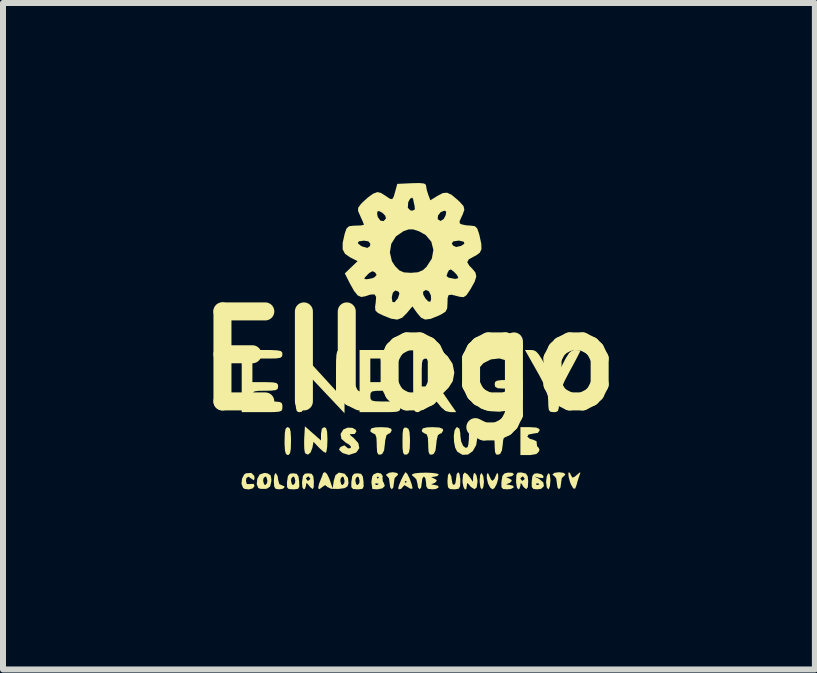
<source format=kicad_pcb>
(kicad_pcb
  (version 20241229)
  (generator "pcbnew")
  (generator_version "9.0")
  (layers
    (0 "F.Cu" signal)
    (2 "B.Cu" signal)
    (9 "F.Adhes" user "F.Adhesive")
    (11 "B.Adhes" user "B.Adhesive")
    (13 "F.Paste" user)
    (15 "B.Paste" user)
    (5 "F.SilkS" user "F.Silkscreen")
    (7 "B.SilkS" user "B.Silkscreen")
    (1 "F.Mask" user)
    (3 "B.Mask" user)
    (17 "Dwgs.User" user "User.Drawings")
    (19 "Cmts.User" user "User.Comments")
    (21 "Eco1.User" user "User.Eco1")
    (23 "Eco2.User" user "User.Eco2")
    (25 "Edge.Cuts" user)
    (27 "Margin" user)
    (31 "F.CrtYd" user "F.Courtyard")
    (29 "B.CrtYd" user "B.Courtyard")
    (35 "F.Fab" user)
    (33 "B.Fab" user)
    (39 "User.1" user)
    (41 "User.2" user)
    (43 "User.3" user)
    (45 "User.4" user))
  (footprint "EIlogo"
    (layer "F.Cu")
    (at 3.764 2.961)
    (property "Reference" "EIlogo" (at 0 0 0) (layer "F.SilkS") (effects (font (size 1.5 1.5) (thickness 0.3))))
    (attr board_only exclude_from_pos_files exclude_from_bom)
    (fp_poly (pts (xy 1.215 1.876) (xy 1.239 1.923) (xy 1.25 2.01) (xy 1.25 2.021) (xy 1.241 2.102) (xy 1.219 2.143) (xy 1.215 2.143) (xy 1.192 2.112) (xy 1.18 2.032) (xy 1.179 1.998) (xy 1.186 1.908) (xy 1.207 1.873)) (stroke (width 0) (type solid)) (fill yes) (layer "F.SilkS"))
    (fp_poly (pts (xy 2.346 1.892) (xy 2.357 1.967) (xy 2.358 1.998) (xy 2.35 2.089) (xy 2.33 2.139) (xy 2.322 2.143) (xy 2.298 2.112) (xy 2.287 2.035) (xy 2.286 2.021) (xy 2.296 1.932) (xy 2.319 1.878) (xy 2.322 1.876)) (stroke (width 0) (type solid)) (fill yes) (layer "F.SilkS"))
    (fp_poly (pts (xy -2.215 1.876) (xy -2.187 1.925) (xy -2.179 1.985) (xy -2.16 2.055) (xy -2.126 2.072) (xy -2.078 2.091) (xy -2.072 2.108) (xy -2.103 2.135) (xy -2.161 2.143) (xy -2.219 2.136) (xy -2.244 2.1) (xy -2.251 2.015) (xy -2.251 1.998) (xy -2.243 1.908) (xy -2.223 1.873)) (stroke (width 0) (type solid)) (fill yes) (layer "F.SilkS"))
    (fp_poly (pts (xy -1.988 1.123) (xy -1.972 1.178) (xy -1.965 1.287) (xy -1.965 1.34) (xy -1.968 1.47) (xy -1.981 1.542) (xy -2.006 1.57) (xy -2.018 1.572) (xy -2.048 1.556) (xy -2.065 1.501) (xy -2.072 1.392) (xy -2.072 1.34) (xy -2.068 1.209) (xy -2.056 1.137) (xy -2.031 1.109) (xy -2.018 1.107)) (stroke (width 0) (type solid)) (fill yes) (layer "F.SilkS"))
    (fp_poly (pts (xy -0.009 1.134) (xy 0.01 1.186) (xy 0.017 1.288) (xy 0.018 1.34) (xy 0.014 1.463) (xy -0.000168 1.531) (xy -0.029 1.561) (xy -0.045 1.565) (xy -0.078 1.563) (xy -0.097 1.531) (xy -0.106 1.454) (xy -0.107 1.34) (xy -0.105 1.212) (xy -0.095 1.142) (xy -0.075 1.115) (xy -0.045 1.114)) (stroke (width 0) (type solid)) (fill yes) (layer "F.SilkS"))
    (fp_poly (pts (xy 2.69 1.884) (xy 2.701 1.908) (xy 2.723 1.947) (xy 2.756 1.938) (xy 2.797 1.904) (xy 2.848 1.861) (xy 2.857 1.869) (xy 2.842 1.911) (xy 2.81 2.008) (xy 2.796 2.063) (xy 2.771 2.131) (xy 2.739 2.129) (xy 2.699 2.058) (xy 2.683 2.016) (xy 2.662 1.936) (xy 2.657 1.877) (xy 2.668 1.855)) (stroke (width 0) (type solid)) (fill yes) (layer "F.SilkS"))
    (fp_poly (pts (xy 1.336 1.907) (xy 1.34 1.92) (xy 1.37 1.982) (xy 1.393 2.001) (xy 1.424 1.971) (xy 1.446 1.92) (xy 1.469 1.87) (xy 1.485 1.887) (xy 1.488 1.896) (xy 1.488 1.969) (xy 1.463 2.054) (xy 1.426 2.122) (xy 1.393 2.143) (xy 1.355 2.114) (xy 1.319 2.048) (xy 1.298 1.958) (xy 1.299 1.896) (xy 1.315 1.869)) (stroke (width 0) (type solid)) (fill yes) (layer "F.SilkS"))
    (fp_poly (pts (xy -0.2 1.87) (xy -0.179 1.893) (xy -0.206 1.928) (xy -0.214 1.929) (xy -0.239 1.96) (xy -0.25 2.035) (xy -0.25 2.036) (xy -0.26 2.112) (xy -0.285 2.143) (xy -0.286 2.143) (xy -0.311 2.112) (xy -0.322 2.038) (xy -0.322 2.036) (xy -0.332 1.961) (xy -0.359 1.929) (xy -0.359 1.929) (xy -0.381 1.907) (xy -0.375 1.893) (xy -0.326 1.866) (xy -0.266 1.858)) (stroke (width 0) (type solid)) (fill yes) (layer "F.SilkS"))
    (fp_poly (pts (xy -2.578 1.918) (xy -2.572 1.956) (xy -2.582 1.994) (xy -2.615 1.972) (xy -2.676 1.932) (xy -2.709 1.957) (xy -2.715 2.003) (xy -2.701 2.056) (xy -2.647 2.055) (xy -2.644 2.054) (xy -2.586 2.052) (xy -2.572 2.087) (xy -2.601 2.127) (xy -2.667 2.145) (xy -2.737 2.136) (xy -2.763 2.12) (xy -2.79 2.052) (xy -2.781 1.966) (xy -2.745 1.895) (xy -2.715 1.876) (xy -2.626 1.87)) (stroke (width 0) (type solid)) (fill yes) (layer "F.SilkS"))
    (fp_poly (pts (xy 2.124 1.114) (xy 2.173 1.138) (xy 2.179 1.161) (xy 2.148 1.203) (xy 2.069 1.215) (xy 1.992 1.231) (xy 1.974 1.266) (xy 2.017 1.302) (xy 2.069 1.316) (xy 2.127 1.342) (xy 2.13 1.376) (xy 2.136 1.426) (xy 2.152 1.438) (xy 2.175 1.476) (xy 2.169 1.511) (xy 2.124 1.555) (xy 2.026 1.572) (xy 2.002 1.572) (xy 1.858 1.572) (xy 1.858 1.34) (xy 1.858 1.107) (xy 2.018 1.107)) (stroke (width 0) (type solid)) (fill yes) (layer "F.SilkS"))
    (fp_poly (pts (xy 2.576 1.868) (xy 2.608 1.893) (xy 2.608 1.893) (xy 2.581 1.928) (xy 2.572 1.929) (xy 2.547 1.96) (xy 2.536 2.035) (xy 2.536 2.036) (xy 2.526 2.112) (xy 2.501 2.143) (xy 2.501 2.143) (xy 2.476 2.112) (xy 2.465 2.038) (xy 2.465 2.036) (xy 2.455 1.961) (xy 2.43 1.929) (xy 2.429 1.929) (xy 2.395 1.902) (xy 2.394 1.893) (xy 2.425 1.868) (xy 2.499 1.858) (xy 2.501 1.858)) (stroke (width 0) (type solid)) (fill yes) (layer "F.SilkS"))
    (fp_poly (pts (xy -0.352 1.113) (xy -0.297 1.133) (xy -0.286 1.161) (xy -0.313 1.208) (xy -0.337 1.215) (xy -0.374 1.242) (xy -0.395 1.329) (xy -0.4 1.384) (xy -0.414 1.496) (xy -0.444 1.552) (xy -0.473 1.565) (xy -0.511 1.562) (xy -0.53 1.522) (xy -0.536 1.432) (xy -0.536 1.396) (xy -0.541 1.283) (xy -0.561 1.227) (xy -0.589 1.215) (xy -0.637 1.186) (xy -0.643 1.161) (xy -0.624 1.127) (xy -0.558 1.111) (xy -0.464 1.107)) (stroke (width 0) (type solid)) (fill yes) (layer "F.SilkS"))
    (fp_poly (pts (xy 0.505 1.113) (xy 0.56 1.133) (xy 0.572 1.161) (xy 0.544 1.208) (xy 0.52 1.215) (xy 0.483 1.242) (xy 0.462 1.329) (xy 0.457 1.384) (xy 0.443 1.496) (xy 0.414 1.552) (xy 0.384 1.565) (xy 0.347 1.562) (xy 0.328 1.522) (xy 0.322 1.432) (xy 0.322 1.396) (xy 0.316 1.283) (xy 0.297 1.227) (xy 0.268 1.215) (xy 0.221 1.186) (xy 0.214 1.161) (xy 0.233 1.127) (xy 0.3 1.111) (xy 0.393 1.107)) (stroke (width 0) (type solid)) (fill yes) (layer "F.SilkS"))
    (fp_poly (pts (xy 0.979 1.895) (xy 1.012 1.938) (xy 1.068 2.018) (xy 1.07 1.936) (xy 1.081 1.877) (xy 1.103 1.874) (xy 1.127 1.915) (xy 1.142 1.99) (xy 1.143 2.021) (xy 1.129 2.113) (xy 1.09 2.141) (xy 1.031 2.102) (xy 1.014 2.081) (xy 0.978 2.038) (xy 0.967 2.053) (xy 0.966 2.081) (xy 0.955 2.141) (xy 0.932 2.145) (xy 0.909 2.103) (xy 0.894 2.029) (xy 0.893 2.001) (xy 0.902 1.897) (xy 0.93 1.862)) (stroke (width 0) (type solid)) (fill yes) (layer "F.SilkS"))
    (fp_poly (pts (xy 1.613 1.113) (xy 1.668 1.133) (xy 1.679 1.161) (xy 1.651 1.208) (xy 1.627 1.215) (xy 1.591 1.242) (xy 1.57 1.329) (xy 1.565 1.384) (xy 1.55 1.496) (xy 1.521 1.552) (xy 1.491 1.565) (xy 1.454 1.562) (xy 1.435 1.522) (xy 1.429 1.432) (xy 1.429 1.396) (xy 1.423 1.283) (xy 1.404 1.227) (xy 1.375 1.215) (xy 1.328 1.186) (xy 1.322 1.161) (xy 1.341 1.127) (xy 1.407 1.111) (xy 1.5 1.107)) (stroke (width 0) (type solid)) (fill yes) (layer "F.SilkS"))
    (fp_poly (pts (xy 0.844 1.889) (xy 0.856 1.969) (xy 0.857 2.001) (xy 0.853 2.092) (xy 0.83 2.133) (xy 0.773 2.143) (xy 0.75 2.143) (xy 0.682 2.138) (xy 0.651 2.108) (xy 0.643 2.033) (xy 0.643 1.998) (xy 0.651 1.908) (xy 0.671 1.873) (xy 0.679 1.876) (xy 0.706 1.925) (xy 0.714 1.985) (xy 0.727 2.051) (xy 0.75 2.072) (xy 0.775 2.041) (xy 0.786 1.966) (xy 0.786 1.965) (xy 0.796 1.89) (xy 0.821 1.858) (xy 0.822 1.858)) (stroke (width 0) (type solid)) (fill yes) (layer "F.SilkS"))
    (fp_poly (pts (xy -2.357 1.876) (xy -2.304 1.91) (xy -2.291 1.98) (xy -2.293 2.013) (xy -2.313 2.096) (xy -2.364 2.131) (xy -2.395 2.136) (xy -2.473 2.135) (xy -2.511 2.121) (xy -2.536 2.055) (xy -2.53 2.001) (xy -2.429 2.001) (xy -2.414 2.059) (xy -2.394 2.072) (xy -2.365 2.042) (xy -2.358 2.001) (xy -2.373 1.943) (xy -2.394 1.929) (xy -2.423 1.959) (xy -2.429 2.001) (xy -2.53 2.001) (xy -2.526 1.967) (xy -2.488 1.897) (xy -2.485 1.895) (xy -2.41 1.87)) (stroke (width 0) (type solid)) (fill yes) (layer "F.SilkS"))
    (fp_poly (pts (xy -1.869 1.885) (xy -1.84 1.929) (xy -1.829 2.009) (xy -1.826 2.097) (xy -1.847 2.135) (xy -1.908 2.143) (xy -1.929 2.143) (xy -2.002 2.138) (xy -2.03 2.109) (xy -2.032 2.035) (xy -2.03 2.009) (xy -2.028 2.001) (xy -1.965 2.001) (xy -1.95 2.059) (xy -1.929 2.072) (xy -1.9 2.042) (xy -1.893 2.001) (xy -1.908 1.943) (xy -1.929 1.929) (xy -1.958 1.959) (xy -1.965 2.001) (xy -2.028 2.001) (xy -2.016 1.921) (xy -1.984 1.883) (xy -1.929 1.876)) (stroke (width 0) (type solid)) (fill yes) (layer "F.SilkS"))
    (fp_poly (pts (xy -1.599 1.211) (xy -1.465 1.329) (xy -1.465 1.218) (xy -1.45 1.132) (xy -1.411 1.107) (xy -1.38 1.124) (xy -1.363 1.182) (xy -1.358 1.296) (xy -1.358 1.322) (xy -1.362 1.435) (xy -1.374 1.513) (xy -1.387 1.536) (xy -1.429 1.512) (xy -1.493 1.454) (xy -1.503 1.444) (xy -1.59 1.351) (xy -1.608 1.45) (xy -1.638 1.529) (xy -1.682 1.565) (xy -1.724 1.547) (xy -1.735 1.526) (xy -1.744 1.462) (xy -1.746 1.356) (xy -1.744 1.284) (xy -1.733 1.093)) (stroke (width 0) (type solid)) (fill yes) (layer "F.SilkS"))
    (fp_poly (pts (xy -0.797 1.885) (xy -0.768 1.929) (xy -0.757 2.009) (xy -0.754 2.097) (xy -0.775 2.135) (xy -0.836 2.143) (xy -0.857 2.143) (xy -0.93 2.138) (xy -0.959 2.109) (xy -0.96 2.035) (xy -0.958 2.009) (xy -0.956 2.001) (xy -0.893 2.001) (xy -0.878 2.059) (xy -0.857 2.072) (xy -0.828 2.042) (xy -0.822 2.001) (xy -0.837 1.943) (xy -0.857 1.929) (xy -0.886 1.959) (xy -0.893 2.001) (xy -0.956 2.001) (xy -0.944 1.921) (xy -0.912 1.883) (xy -0.857 1.876)) (stroke (width 0) (type solid)) (fill yes) (layer "F.SilkS"))
    (fp_poly (pts (xy -0.026 1.887) (xy 0.009 1.958) (xy 0.041 2.042) (xy 0.059 2.11) (xy 0.057 2.135) (xy 0.018 2.13) (xy -0.023 2.104) (xy -0.073 2.074) (xy -0.098 2.098) (xy -0.098 2.099) (xy -0.129 2.135) (xy -0.167 2.143) (xy -0.179 2.124) (xy -0.165 2.073) (xy -0.142 2.018) (xy -0.071 2.018) (xy -0.054 2.036) (xy -0.036 2.018) (xy -0.054 2.001) (xy -0.071 2.018) (xy -0.142 2.018) (xy -0.133 1.995) (xy -0.095 1.917) (xy -0.063 1.865) (xy -0.054 1.858)) (stroke (width 0) (type solid)) (fill yes) (layer "F.SilkS"))
    (fp_poly (pts (xy 1.723 1.868) (xy 1.75 1.891) (xy 1.72 1.922) (xy 1.67 1.933) (xy 1.622 1.939) (xy 1.642 1.951) (xy 1.652 1.954) (xy 1.705 1.982) (xy 1.715 2.001) (xy 1.685 2.034) (xy 1.652 2.047) (xy 1.62 2.06) (xy 1.657 2.067) (xy 1.67 2.068) (xy 1.738 2.084) (xy 1.746 2.113) (xy 1.7 2.137) (xy 1.641 2.143) (xy 1.57 2.138) (xy 1.542 2.109) (xy 1.541 2.033) (xy 1.543 2.009) (xy 1.558 1.919) (xy 1.593 1.878) (xy 1.652 1.864)) (stroke (width 0) (type solid)) (fill yes) (layer "F.SilkS"))
    (fp_poly (pts (xy 2.213 1.893) (xy 2.243 1.924) (xy 2.237 1.956) (xy 2.177 1.951) (xy 2.174 1.951) (xy 2.09 1.929) (xy 2.17 1.97) (xy 2.24 2.029) (xy 2.25 2.09) (xy 2.204 2.134) (xy 2.145 2.143) (xy 2.076 2.138) (xy 2.048 2.106) (xy 2.046 2.048) (xy 2.12 2.048) (xy 2.125 2.069) (xy 2.143 2.072) (xy 2.173 2.059) (xy 2.167 2.048) (xy 2.125 2.044) (xy 2.12 2.048) (xy 2.046 2.048) (xy 2.046 2.028) (xy 2.047 2.009) (xy 2.058 1.921) (xy 2.088 1.883) (xy 2.14 1.876)) (stroke (width 0) (type solid)) (fill yes) (layer "F.SilkS"))
    (fp_poly (pts (xy -1.62 1.885) (xy -1.593 1.926) (xy -1.584 2.009) (xy -1.586 2.107) (xy -1.604 2.139) (xy -1.643 2.108) (xy -1.665 2.081) (xy -1.702 2.038) (xy -1.713 2.053) (xy -1.714 2.081) (xy -1.732 2.134) (xy -1.753 2.143) (xy -1.775 2.112) (xy -1.781 2.03) (xy -1.779 2.009) (xy -1.772 1.965) (xy -1.715 1.965) (xy -1.688 2) (xy -1.679 2.001) (xy -1.644 1.973) (xy -1.643 1.965) (xy -1.671 1.93) (xy -1.679 1.929) (xy -1.714 1.956) (xy -1.715 1.965) (xy -1.772 1.965) (xy -1.766 1.921) (xy -1.734 1.883) (xy -1.679 1.876)) (stroke (width 0) (type solid)) (fill yes) (layer "F.SilkS"))
    (fp_poly (pts (xy -0.943 1.118) (xy -0.887 1.149) (xy -0.875 1.179) (xy -0.903 1.22) (xy -0.947 1.223) (xy -0.985 1.223) (xy -0.972 1.246) (xy -0.92 1.288) (xy -0.843 1.373) (xy -0.826 1.456) (xy -0.873 1.524) (xy -0.891 1.535) (xy -1 1.57) (xy -1.098 1.541) (xy -1.122 1.525) (xy -1.164 1.484) (xy -1.148 1.448) (xy -1.132 1.434) (xy -1.076 1.41) (xy -1.055 1.427) (xy -1.013 1.461) (xy -0.973 1.456) (xy -0.965 1.435) (xy -0.993 1.4) (xy -1.054 1.364) (xy -1.125 1.302) (xy -1.139 1.221) (xy -1.092 1.145) (xy -1.021 1.115)) (stroke (width 0) (type solid)) (fill yes) (layer "F.SilkS"))
    (fp_poly (pts (xy 1.116 1.118) (xy 1.137 1.162) (xy 1.143 1.257) (xy 1.143 1.268) (xy 1.121 1.406) (xy 1.064 1.507) (xy 0.984 1.564) (xy 0.892 1.568) (xy 0.806 1.516) (xy 0.771 1.45) (xy 0.752 1.353) (xy 0.748 1.25) (xy 0.761 1.161) (xy 0.79 1.112) (xy 0.804 1.107) (xy 0.842 1.132) (xy 0.857 1.212) (xy 0.857 1.246) (xy 0.871 1.346) (xy 0.904 1.42) (xy 0.946 1.452) (xy 0.977 1.441) (xy 0.991 1.393) (xy 1 1.302) (xy 1 1.262) (xy 1.005 1.164) (xy 1.026 1.119) (xy 1.071 1.107) (xy 1.072 1.107)) (stroke (width 0) (type solid)) (fill yes) (layer "F.SilkS"))
    (fp_poly (pts (xy -0.465 1.88) (xy -0.436 1.921) (xy -0.44 1.943) (xy -0.435 2.009) (xy -0.422 2.029) (xy -0.401 2.083) (xy -0.439 2.126) (xy -0.52 2.143) (xy -0.587 2.14) (xy -0.61 2.135) (xy -0.622 2.048) (xy -0.56 2.048) (xy -0.555 2.069) (xy -0.536 2.072) (xy -0.506 2.059) (xy -0.512 2.048) (xy -0.554 2.044) (xy -0.56 2.048) (xy -0.622 2.048) (xy -0.625 2.022) (xy -0.614 1.947) (xy -0.536 1.947) (xy -0.518 1.965) (xy -0.5 1.947) (xy -0.518 1.929) (xy -0.536 1.947) (xy -0.614 1.947) (xy -0.611 1.928) (xy -0.587 1.892) (xy -0.524 1.867)) (stroke (width 0) (type solid)) (fill yes) (layer "F.SilkS"))
    (fp_poly (pts (xy 1.884 1.864) (xy 1.95 1.881) (xy 1.979 1.925) (xy 1.988 2.009) (xy 1.982 2.107) (xy 1.956 2.141) (xy 1.914 2.108) (xy 1.896 2.081) (xy 1.868 2.037) (xy 1.859 2.057) (xy 1.859 2.081) (xy 1.841 2.134) (xy 1.822 2.143) (xy 1.8 2.112) (xy 1.787 2.032) (xy 1.786 1.998) (xy 1.788 1.965) (xy 1.858 1.965) (xy 1.885 2) (xy 1.893 2.001) (xy 1.928 1.973) (xy 1.929 1.965) (xy 1.902 1.93) (xy 1.893 1.929) (xy 1.859 1.956) (xy 1.858 1.965) (xy 1.788 1.965) (xy 1.79 1.906) (xy 1.81 1.867) (xy 1.861 1.862)) (stroke (width 0) (type solid)) (fill yes) (layer "F.SilkS"))
    (fp_poly (pts (xy -1.365 1.888) (xy -1.327 1.964) (xy -1.317 1.992) (xy -1.271 2.126) (xy -1.252 2.001) (xy -1.143 2.001) (xy -1.128 2.059) (xy -1.107 2.072) (xy -1.078 2.042) (xy -1.072 2.001) (xy -1.087 1.943) (xy -1.107 1.929) (xy -1.136 1.959) (xy -1.143 2.001) (xy -1.252 2.001) (xy -1.224 1.907) (xy -1.171 1.867) (xy -1.158 1.865) (xy -1.071 1.883) (xy -1.016 1.952) (xy -1.006 2.043) (xy -1.025 2.096) (xy -1.075 2.124) (xy -1.175 2.137) (xy -1.297 2.134) (xy -1.36 2.104) (xy -1.361 2.101) (xy -1.396 2.073) (xy -1.435 2.099) (xy -1.491 2.141) (xy -1.513 2.124) (xy -1.498 2.052) (xy -1.483 2.014) (xy -1.449 1.929) (xy -1.43 1.876) (xy -1.429 1.871) (xy -1.402 1.858) (xy -1.396 1.858)) (stroke (width 0) (type solid)) (fill yes) (layer "F.SilkS"))
    (fp_poly (pts (xy 0.392 1.87) (xy 0.471 1.881) (xy 0.5 1.897) (xy 0.47 1.924) (xy 0.42 1.933) (xy 0.371 1.939) (xy 0.392 1.951) (xy 0.402 1.954) (xy 0.455 1.982) (xy 0.464 2.001) (xy 0.435 2.034) (xy 0.402 2.047) (xy 0.37 2.06) (xy 0.407 2.067) (xy 0.42 2.068) (xy 0.487 2.084) (xy 0.495 2.113) (xy 0.449 2.138) (xy 0.393 2.143) (xy 0.317 2.135) (xy 0.289 2.093) (xy 0.286 2.036) (xy 0.275 1.961) (xy 0.251 1.929) (xy 0.25 1.929) (xy 0.225 1.96) (xy 0.214 2.035) (xy 0.214 2.036) (xy 0.204 2.112) (xy 0.179 2.143) (xy 0.179 2.143) (xy 0.152 2.113) (xy 0.143 2.053) (xy 0.124 1.977) (xy 0.09 1.942) (xy 0.052 1.91) (xy 0.054 1.893) (xy 0.096 1.877) (xy 0.181 1.868) (xy 0.288 1.865)) (stroke (width 0) (type solid)) (fill yes) (layer "F.SilkS"))
    (fp_poly (pts (xy -1.855 -0.19) (xy -1.789 -0.121) (xy -1.693 -0.02) (xy -1.577 0.106) (xy -1.542 0.144) (xy -1.215 0.502) (xy -1.215 0.162) (xy -1.214 0.004) (xy -1.208 -0.096) (xy -1.197 -0.151) (xy -1.175 -0.174) (xy -1.143 -0.179) (xy -1.116 -0.175) (xy -1.096 -0.157) (xy -1.084 -0.115) (xy -1.076 -0.036) (xy -1.073 0.088) (xy -1.072 0.27) (xy -1.072 0.348) (xy -1.073 0.875) (xy -1.41 0.518) (xy -1.747 0.161) (xy -1.749 0.509) (xy -1.751 0.669) (xy -1.756 0.771) (xy -1.768 0.828) (xy -1.789 0.852) (xy -1.821 0.857) (xy -1.822 0.857) (xy -1.849 0.854) (xy -1.869 0.836) (xy -1.881 0.794) (xy -1.889 0.716) (xy -1.892 0.593) (xy -1.893 0.413) (xy -1.893 0.322) (xy -1.893 0.135) (xy -1.891 -0.023) (xy -1.888 -0.141) (xy -1.884 -0.206) (xy -1.882 -0.214)) (stroke (width 0) (type solid)) (fill yes) (layer "F.SilkS"))
    (fp_poly (pts (xy 2.079 -0.174) (xy 2.119 -0.154) (xy 2.161 -0.109) (xy 2.214 -0.028) (xy 2.283 0.098) (xy 2.369 0.261) (xy 2.393 0.303) (xy 2.415 0.314) (xy 2.443 0.286) (xy 2.486 0.209) (xy 2.547 0.087) (xy 2.617 -0.047) (xy 2.669 -0.128) (xy 2.714 -0.167) (xy 2.763 -0.179) (xy 2.768 -0.179) (xy 2.836 -0.174) (xy 2.858 -0.166) (xy 2.842 -0.132) (xy 2.799 -0.048) (xy 2.736 0.071) (xy 2.679 0.175) (xy 2.593 0.34) (xy 2.539 0.464) (xy 2.511 0.565) (xy 2.501 0.661) (xy 2.501 0.681) (xy 2.498 0.786) (xy 2.483 0.838) (xy 2.446 0.856) (xy 2.411 0.857) (xy 2.358 0.851) (xy 2.332 0.821) (xy 2.323 0.749) (xy 2.322 0.682) (xy 2.316 0.59) (xy 2.294 0.499) (xy 2.25 0.391) (xy 2.176 0.249) (xy 2.128 0.164) (xy 1.934 -0.179) (xy 2.033 -0.179)) (stroke (width 0) (type solid)) (fill yes) (layer "F.SilkS"))
    (fp_poly (pts (xy -0.347 -0.177) (xy -0.252 -0.172) (xy -0.202 -0.159) (xy -0.182 -0.135) (xy -0.179 -0.107) (xy -0.186 -0.069) (xy -0.218 -0.047) (xy -0.291 -0.038) (xy -0.411 -0.036) (xy -0.643 -0.036) (xy -0.643 0.161) (xy -0.643 0.357) (xy -0.429 0.357) (xy -0.309 0.36) (xy -0.244 0.371) (xy -0.218 0.397) (xy -0.214 0.429) (xy -0.222 0.469) (xy -0.257 0.49) (xy -0.334 0.499) (xy -0.429 0.5) (xy -0.547 0.502) (xy -0.612 0.512) (xy -0.638 0.538) (xy -0.643 0.586) (xy -0.643 0.589) (xy -0.639 0.636) (xy -0.618 0.663) (xy -0.563 0.675) (xy -0.46 0.679) (xy -0.393 0.679) (xy -0.262 0.68) (xy -0.188 0.688) (xy -0.153 0.707) (xy -0.143 0.744) (xy -0.143 0.768) (xy -0.145 0.809) (xy -0.161 0.836) (xy -0.204 0.85) (xy -0.288 0.856) (xy -0.425 0.857) (xy -0.482 0.857) (xy -0.822 0.857) (xy -0.822 0.339) (xy -0.822 -0.179) (xy -0.5 -0.179)) (stroke (width 0) (type solid)) (fill yes) (layer "F.SilkS"))
    (fp_poly (pts (xy -2.289 -0.178) (xy -2.19 -0.172) (xy -2.135 -0.161) (xy -2.112 -0.139) (xy -2.108 -0.107) (xy -2.114 -0.07) (xy -2.145 -0.048) (xy -2.214 -0.038) (xy -2.338 -0.036) (xy -2.358 -0.036) (xy -2.608 -0.036) (xy -2.608 0.161) (xy -2.608 0.357) (xy -2.394 0.357) (xy -2.274 0.36) (xy -2.209 0.371) (xy -2.183 0.397) (xy -2.179 0.429) (xy -2.187 0.469) (xy -2.221 0.49) (xy -2.299 0.499) (xy -2.394 0.5) (xy -2.512 0.502) (xy -2.576 0.512) (xy -2.603 0.538) (xy -2.608 0.586) (xy -2.608 0.589) (xy -2.604 0.636) (xy -2.583 0.663) (xy -2.528 0.675) (xy -2.424 0.679) (xy -2.358 0.679) (xy -2.227 0.68) (xy -2.152 0.688) (xy -2.118 0.707) (xy -2.108 0.744) (xy -2.108 0.768) (xy -2.11 0.809) (xy -2.126 0.836) (xy -2.169 0.85) (xy -2.253 0.856) (xy -2.39 0.857) (xy -2.447 0.857) (xy -2.786 0.857) (xy -2.786 0.339) (xy -2.786 -0.179) (xy -2.447 -0.179)) (stroke (width 0) (type solid)) (fill yes) (layer "F.SilkS"))
    (fp_poly (pts (xy 1.617 -0.178) (xy 1.729 -0.13) (xy 1.794 -0.082) (xy 1.804 -0.046) (xy 1.777 -0.011) (xy 1.717 0.024) (xy 1.65 0.003) (xy 1.508 -0.038) (xy 1.367 -0.022) (xy 1.242 0.041) (xy 1.15 0.144) (xy 1.108 0.277) (xy 1.107 0.303) (xy 1.134 0.475) (xy 1.213 0.602) (xy 1.342 0.678) (xy 1.354 0.682) (xy 1.501 0.705) (xy 1.617 0.682) (xy 1.69 0.617) (xy 1.708 0.56) (xy 1.71 0.499) (xy 1.682 0.472) (xy 1.607 0.465) (xy 1.574 0.464) (xy 1.48 0.459) (xy 1.438 0.435) (xy 1.429 0.393) (xy 1.436 0.354) (xy 1.468 0.333) (xy 1.541 0.323) (xy 1.661 0.322) (xy 1.893 0.322) (xy 1.893 0.517) (xy 1.889 0.635) (xy 1.87 0.706) (xy 1.828 0.754) (xy 1.8 0.774) (xy 1.669 0.828) (xy 1.506 0.85) (xy 1.341 0.84) (xy 1.205 0.798) (xy 1.188 0.788) (xy 1.046 0.663) (xy 0.96 0.507) (xy 0.927 0.335) (xy 0.951 0.163) (xy 1.03 0.006) (xy 1.149 -0.112) (xy 1.288 -0.174) (xy 1.454 -0.197)) (stroke (width 0) (type solid)) (fill yes) (layer "F.SilkS"))
    (fp_poly (pts (xy 0.439 -0.175) (xy 0.525 -0.16) (xy 0.588 -0.126) (xy 0.646 -0.074) (xy 0.728 0.052) (xy 0.757 0.198) (xy 0.731 0.341) (xy 0.661 0.45) (xy 0.571 0.54) (xy 0.68 0.699) (xy 0.789 0.857) (xy 0.689 0.857) (xy 0.61 0.838) (xy 0.536 0.774) (xy 0.487 0.712) (xy 0.397 0.61) (xy 0.319 0.572) (xy 0.259 0.599) (xy 0.225 0.689) (xy 0.221 0.723) (xy 0.205 0.815) (xy 0.17 0.853) (xy 0.141 0.857) (xy 0.114 0.853) (xy 0.095 0.834) (xy 0.083 0.789) (xy 0.076 0.706) (xy 0.072 0.576) (xy 0.071 0.388) (xy 0.071 0.339) (xy 0.071 0.196) (xy 0.214 0.196) (xy 0.214 0.429) (xy 0.337 0.429) (xy 0.438 0.413) (xy 0.513 0.375) (xy 0.515 0.373) (xy 0.555 0.299) (xy 0.572 0.199) (xy 0.572 0.196) (xy 0.541 0.076) (xy 0.456 -0.004) (xy 0.326 -0.036) (xy 0.314 -0.036) (xy 0.26 -0.033) (xy 0.231 -0.013) (xy 0.218 0.04) (xy 0.214 0.142) (xy 0.214 0.196) (xy 0.071 0.196) (xy 0.071 -0.179) (xy 0.306 -0.179)) (stroke (width 0) (type solid)) (fill yes) (layer "F.SilkS"))
    (fp_poly (pts (xy 0.252 -2.953) (xy 0.283 -2.932) (xy 0.286 -2.915) (xy 0.298 -2.844) (xy 0.322 -2.768) (xy 0.358 -2.674) (xy 0.483 -2.751) (xy 0.566 -2.794) (xy 0.635 -2.8) (xy 0.71 -2.766) (xy 0.808 -2.684) (xy 0.848 -2.646) (xy 0.91 -2.577) (xy 0.924 -2.515) (xy 0.894 -2.432) (xy 0.876 -2.395) (xy 0.844 -2.323) (xy 0.849 -2.288) (xy 0.879 -2.272) (xy 0.956 -2.256) (xy 1.035 -2.251) (xy 1.099 -2.242) (xy 1.138 -2.205) (xy 1.168 -2.119) (xy 1.175 -2.092) (xy 1.206 -1.95) (xy 1.209 -1.858) (xy 1.18 -1.798) (xy 1.116 -1.753) (xy 1.09 -1.74) (xy 0.998 -1.689) (xy 0.972 -1.642) (xy 1.007 -1.583) (xy 1.054 -1.536) (xy 1.108 -1.471) (xy 1.123 -1.404) (xy 1.096 -1.317) (xy 1.027 -1.193) (xy 1.014 -1.172) (xy 0.958 -1.091) (xy 0.911 -1.059) (xy 0.848 -1.065) (xy 0.814 -1.074) (xy 0.713 -1.1) (xy 0.662 -1.094) (xy 0.645 -1.045) (xy 0.643 -0.963) (xy 0.638 -0.872) (xy 0.61 -0.817) (xy 0.541 -0.773) (xy 0.491 -0.749) (xy 0.36 -0.697) (xy 0.27 -0.686) (xy 0.202 -0.718) (xy 0.139 -0.792) (xy 0.058 -0.905) (xy -0.036 -0.792) (xy -0.114 -0.715) (xy -0.195 -0.685) (xy -0.297 -0.701) (xy -0.423 -0.751) (xy -0.516 -0.796) (xy -0.558 -0.836) (xy -0.564 -0.895) (xy -0.554 -0.964) (xy -0.547 -1.052) (xy -0.286 -1.052) (xy -0.274 -0.979) (xy -0.24 -0.974) (xy -0.187 -1.036) (xy -0.184 -1.04) (xy -0.158 -1.119) (xy -0.171 -1.149) (xy 0.236 -1.149) (xy 0.239 -1.102) (xy 0.273 -1.041) (xy 0.319 -0.991) (xy 0.355 -0.981) (xy 0.37 -1.025) (xy 0.366 -1.089) (xy 0.333 -1.157) (xy 0.281 -1.18) (xy 0.236 -1.149) (xy -0.171 -1.149) (xy -0.173 -1.151) (xy -0.226 -1.171) (xy -0.268 -1.133) (xy -0.286 -1.052) (xy -0.547 -1.052) (xy -0.546 -1.062) (xy -0.572 -1.105) (xy -0.642 -1.102) (xy -0.726 -1.074) (xy -0.794 -1.062) (xy -0.853 -1.088) (xy -0.914 -1.163) (xy -0.988 -1.295) (xy -0.994 -1.308) (xy -1.021 -1.361) (xy -0.74 -1.361) (xy -0.696 -1.358) (xy -0.608 -1.375) (xy -0.572 -1.392) (xy -0.554 -1.412) (xy 0.627 -1.412) (xy 0.66 -1.385) (xy 0.67 -1.382) (xy 0.773 -1.363) (xy 0.818 -1.375) (xy 0.822 -1.388) (xy 0.798 -1.432) (xy 0.753 -1.48) (xy 0.7 -1.521) (xy 0.669 -1.509) (xy 0.646 -1.47) (xy 0.627 -1.412) (xy -0.554 -1.412) (xy -0.538 -1.43) (xy -0.563 -1.471) (xy -0.606 -1.492) (xy -0.659 -1.463) (xy -0.687 -1.437) (xy -0.738 -1.382) (xy -0.74 -1.361) (xy -1.021 -1.361) (xy -1.068 -1.455) (xy -0.962 -1.557) (xy -0.855 -1.659) (xy -0.981 -1.723) (xy -1.064 -1.781) (xy -1.076 -1.803) (xy -0.317 -1.803) (xy -0.283 -1.658) (xy -0.229 -1.575) (xy -0.159 -1.505) (xy -0.083 -1.472) (xy 0.03 -1.465) (xy 0.032 -1.465) (xy 0.151 -1.474) (xy 0.233 -1.509) (xy 0.292 -1.563) (xy 0.382 -1.702) (xy 0.408 -1.847) (xy 0.381 -1.952) (xy 0.715 -1.952) (xy 0.738 -1.917) (xy 0.788 -1.895) (xy 0.868 -1.913) (xy 0.872 -1.915) (xy 0.925 -1.951) (xy 0.913 -1.983) (xy 0.844 -2) (xy 0.822 -2.001) (xy 0.737 -1.988) (xy 0.715 -1.952) (xy 0.381 -1.952) (xy 0.374 -1.982) (xy 0.28 -2.094) (xy 0.172 -2.155) (xy 0.072 -2.188) (xy -0.005 -2.188) (xy -0.09 -2.159) (xy -0.217 -2.071) (xy -0.294 -1.947) (xy -0.317 -1.803) (xy -1.076 -1.803) (xy -1.104 -1.856) (xy -1.104 -1.958) (xy -0.852 -1.958) (xy -0.8 -1.915) (xy -0.777 -1.903) (xy -0.691 -1.88) (xy -0.648 -1.911) (xy -0.643 -1.949) (xy -0.675 -1.989) (xy -0.75 -2.001) (xy -0.835 -1.989) (xy -0.852 -1.958) (xy -1.104 -1.958) (xy -1.104 -1.964) (xy -1.07 -2.117) (xy -1.04 -2.203) (xy -0.997 -2.241) (xy -0.915 -2.251) (xy -0.891 -2.251) (xy -0.803 -2.254) (xy -0.754 -2.264) (xy -0.75 -2.267) (xy -0.764 -2.307) (xy -0.799 -2.386) (xy -0.81 -2.41) (xy -0.825 -2.444) (xy -0.529 -2.444) (xy -0.519 -2.396) (xy -0.477 -2.336) (xy -0.423 -2.326) (xy -0.39 -2.362) (xy 0.48 -2.362) (xy 0.482 -2.357) (xy 0.528 -2.329) (xy 0.579 -2.361) (xy 0.612 -2.422) (xy 0.622 -2.484) (xy 0.593 -2.501) (xy 0.53 -2.476) (xy 0.485 -2.419) (xy 0.48 -2.362) (xy -0.39 -2.362) (xy -0.382 -2.369) (xy -0.394 -2.416) (xy -0.441 -2.464) (xy -0.495 -2.493) (xy -0.525 -2.488) (xy -0.529 -2.444) (xy -0.825 -2.444) (xy -0.847 -2.494) (xy -0.846 -2.547) (xy -0.018 -2.547) (xy 0.026 -2.505) (xy 0.06 -2.501) (xy 0.099 -2.521) (xy 0.094 -2.581) (xy 0.077 -2.655) (xy 0.072 -2.688) (xy 0.055 -2.718) (xy 0.021 -2.7) (xy -0.009 -2.647) (xy -0.012 -2.637) (xy -0.018 -2.547) (xy -0.846 -2.547) (xy -0.846 -2.548) (xy -0.804 -2.606) (xy -0.773 -2.639) (xy -0.685 -2.719) (xy -0.6 -2.781) (xy -0.59 -2.786) (xy -0.525 -2.81) (xy -0.465 -2.796) (xy -0.394 -2.751) (xy -0.318 -2.7) (xy -0.278 -2.692) (xy -0.252 -2.737) (xy -0.228 -2.822) (xy -0.194 -2.947) (xy 0.046 -2.958) (xy 0.177 -2.961)) (stroke (width 0) (type solid)) (fill yes) (layer "F.SilkS")))
  (gr_rect
    (start -3 -3)
    (end 10.529 8.106)
    (stroke (width 0.1) (type default))
    (fill no)
    (layer "Edge.Cuts")))
</source>
